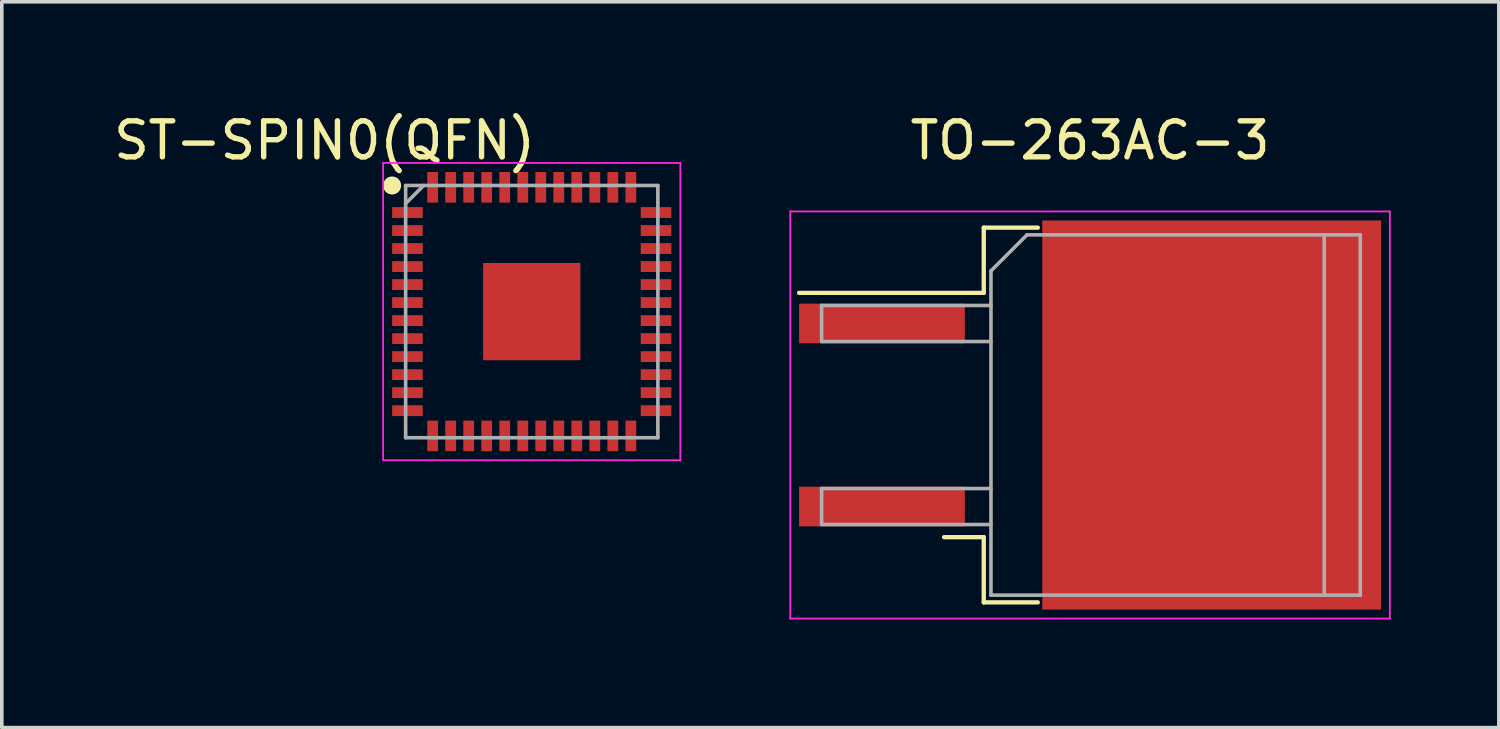
<source format=kicad_pcb>
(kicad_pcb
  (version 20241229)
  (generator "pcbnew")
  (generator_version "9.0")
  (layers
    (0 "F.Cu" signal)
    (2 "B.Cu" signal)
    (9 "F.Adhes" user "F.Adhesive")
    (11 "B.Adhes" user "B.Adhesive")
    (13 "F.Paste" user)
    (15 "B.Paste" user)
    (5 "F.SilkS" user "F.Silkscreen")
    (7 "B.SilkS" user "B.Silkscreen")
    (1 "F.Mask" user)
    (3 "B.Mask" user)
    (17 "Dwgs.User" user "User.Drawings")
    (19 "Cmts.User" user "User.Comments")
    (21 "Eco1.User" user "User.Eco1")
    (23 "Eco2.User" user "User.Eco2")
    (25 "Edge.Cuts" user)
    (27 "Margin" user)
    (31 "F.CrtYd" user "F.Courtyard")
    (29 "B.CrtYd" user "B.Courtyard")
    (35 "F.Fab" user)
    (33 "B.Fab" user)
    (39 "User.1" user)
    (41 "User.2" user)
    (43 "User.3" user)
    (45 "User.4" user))
  (footprint "TO-263AC-3"
    (layer "F.Cu")
    (at 27.203 8.468)
    (property "Reference" "TO-263AC-3" (at 0 -7.62 0) (layer "F.SilkS") (effects (font (size 1 1) (thickness 0.15))))
    (attr through_hole)
    (fp_line (start -2.95 -5.2) (end -2.95 -3.39) (stroke (width 0.12) (type solid)) (layer "F.SilkS"))
    (fp_line (start -2.95 -3.39) (end -8.075 -3.39) (stroke (width 0.12) (type solid)) (layer "F.SilkS"))
    (fp_line (start -2.95 3.39) (end -4.05 3.39) (stroke (width 0.12) (type solid)) (layer "F.SilkS"))
    (fp_line (start -2.95 5.2) (end -2.95 3.39) (stroke (width 0.12) (type solid)) (layer "F.SilkS"))
    (fp_line (start -1.45 -5.2) (end -2.95 -5.2) (stroke (width 0.12) (type solid)) (layer "F.SilkS"))
    (fp_line (start -1.45 5.2) (end -2.95 5.2) (stroke (width 0.12) (type solid)) (layer "F.SilkS"))
    (fp_line (start -8.32 -5.65) (end -8.32 5.65) (stroke (width 0.05) (type solid)) (layer "F.CrtYd"))
    (fp_line (start -8.32 5.65) (end 8.32 5.65) (stroke (width 0.05) (type solid)) (layer "F.CrtYd"))
    (fp_line (start 8.32 -5.65) (end -8.32 -5.65) (stroke (width 0.05) (type solid)) (layer "F.CrtYd"))
    (fp_line (start 8.32 5.65) (end 8.32 -5.65) (stroke (width 0.05) (type solid)) (layer "F.CrtYd"))
    (fp_line (start -7.45 -3.04) (end -7.45 -2.04) (stroke (width 0.1) (type solid)) (layer "F.Fab"))
    (fp_line (start -7.45 -2.04) (end -2.75 -2.04) (stroke (width 0.1) (type solid)) (layer "F.Fab"))
    (fp_line (start -7.45 2.04) (end -7.45 3.04) (stroke (width 0.1) (type solid)) (layer "F.Fab"))
    (fp_line (start -7.45 3.04) (end -2.75 3.04) (stroke (width 0.1) (type solid)) (layer "F.Fab"))
    (fp_line (start -2.75 -4) (end -1.75 -5) (stroke (width 0.1) (type solid)) (layer "F.Fab"))
    (fp_line (start -2.75 -3.04) (end -7.45 -3.04) (stroke (width 0.1) (type solid)) (layer "F.Fab"))
    (fp_line (start -2.75 2.04) (end -7.45 2.04) (stroke (width 0.1) (type solid)) (layer "F.Fab"))
    (fp_line (start -2.75 5) (end -2.75 -4) (stroke (width 0.1) (type solid)) (layer "F.Fab"))
    (fp_line (start -1.75 -5) (end 6.5 -5) (stroke (width 0.1) (type solid)) (layer "F.Fab"))
    (fp_line (start 6.5 -5) (end 6.5 5) (stroke (width 0.1) (type solid)) (layer "F.Fab"))
    (fp_line (start 6.5 -5) (end 7.5 -5) (stroke (width 0.1) (type solid)) (layer "F.Fab"))
    (fp_line (start 6.5 5) (end -2.75 5) (stroke (width 0.1) (type solid)) (layer "F.Fab"))
    (fp_line (start 7.5 -5) (end 7.5 5) (stroke (width 0.1) (type solid)) (layer "F.Fab"))
    (fp_line (start 7.5 5) (end 6.5 5) (stroke (width 0.1) (type solid)) (layer "F.Fab"))
    (pad "" smd rect (at 3.375 0) (size 9.4 10.8) (layers "F.Paste"))
    (pad "1" smd rect (at 3.375 0) (size 9.4 10.8) (layers "F.Cu" "F.Mask"))
    (pad "2" smd rect (at -5.775 -2.54) (size 4.6 1.1) (layers "F.Cu" "F.Mask" "F.Paste"))
    (pad "2" smd rect (at -5.775 2.54) (size 4.6 1.1) (layers "F.Cu" "F.Mask" "F.Paste")))
  (footprint "ST-SPIN0(QFN)"
    (layer "F.Cu")
    (at 11.708 5.598)
    (property "Reference" "ST-SPIN0(QFN)" (at -5.75 -4.75 0) (layer "F.SilkS") (effects (font (size 1 1) (thickness 0.15))))
    (attr through_hole)
    (fp_circle (center -3.875 -3.5) (end -3.875 -3.375) (stroke (width 0.25) (type solid)) (fill no) (layer "F.SilkS"))
    (fp_line (start -4.125 -4.125) (end 4.125 -4.125) (stroke (width 0.05) (type solid)) (layer "F.CrtYd"))
    (fp_line (start -4.125 4.125) (end -4.125 -4.125) (stroke (width 0.05) (type solid)) (layer "F.CrtYd"))
    (fp_line (start 4.125 -4.125) (end 4.125 4.125) (stroke (width 0.05) (type solid)) (layer "F.CrtYd"))
    (fp_line (start 4.125 4.125) (end -4.125 4.125) (stroke (width 0.05) (type solid)) (layer "F.CrtYd"))
    (fp_line (start -3.5 -3.5) (end 3.5 -3.5) (stroke (width 0.1) (type solid)) (layer "F.Fab"))
    (fp_line (start -3.5 -3) (end -3 -3.5) (stroke (width 0.1) (type solid)) (layer "F.Fab"))
    (fp_line (start -3.5 3.5) (end -3.5 -3.5) (stroke (width 0.1) (type solid)) (layer "F.Fab"))
    (fp_line (start 3.5 -3.5) (end 3.5 3.5) (stroke (width 0.1) (type solid)) (layer "F.Fab"))
    (fp_line (start 3.5 3.5) (end -3.5 3.5) (stroke (width 0.1) (type solid)) (layer "F.Fab"))
    (pad "1" smd rect (at -3.45 -2.75 90) (size 0.3 0.85) (layers "F.Cu" "F.Mask" "F.Paste"))
    (pad "2" smd rect (at -3.45 -2.25 90) (size 0.3 0.85) (layers "F.Cu" "F.Mask" "F.Paste"))
    (pad "3" smd rect (at -3.45 -1.75 90) (size 0.3 0.85) (layers "F.Cu" "F.Mask" "F.Paste"))
    (pad "4" smd rect (at -3.45 -1.25 90) (size 0.3 0.85) (layers "F.Cu" "F.Mask" "F.Paste"))
    (pad "5" smd rect (at -3.45 -0.75 90) (size 0.3 0.85) (layers "F.Cu" "F.Mask" "F.Paste"))
    (pad "6" smd rect (at -3.45 -0.25 90) (size 0.3 0.85) (layers "F.Cu" "F.Mask" "F.Paste"))
    (pad "7" smd rect (at -3.45 0.25 90) (size 0.3 0.85) (layers "F.Cu" "F.Mask" "F.Paste"))
    (pad "8" smd rect (at -3.45 0.75 90) (size 0.3 0.85) (layers "F.Cu" "F.Mask" "F.Paste"))
    (pad "9" smd rect (at -3.45 1.25 90) (size 0.3 0.85) (layers "F.Cu" "F.Mask" "F.Paste"))
    (pad "10" smd rect (at -3.45 1.75 90) (size 0.3 0.85) (layers "F.Cu" "F.Mask" "F.Paste"))
    (pad "11" smd rect (at -3.45 2.25 90) (size 0.3 0.85) (layers "F.Cu" "F.Mask" "F.Paste"))
    (pad "12" smd rect (at -3.45 2.75 90) (size 0.3 0.85) (layers "F.Cu" "F.Mask" "F.Paste"))
    (pad "13" smd rect (at -2.75 3.45) (size 0.3 0.85) (layers "F.Cu" "F.Mask" "F.Paste"))
    (pad "14" smd rect (at -2.25 3.45) (size 0.3 0.85) (layers "F.Cu" "F.Mask" "F.Paste"))
    (pad "15" smd rect (at -1.75 3.45) (size 0.3 0.85) (layers "F.Cu" "F.Mask" "F.Paste"))
    (pad "16" smd rect (at -1.25 3.45) (size 0.3 0.85) (layers "F.Cu" "F.Mask" "F.Paste"))
    (pad "17" smd rect (at -0.75 3.45) (size 0.3 0.85) (layers "F.Cu" "F.Mask" "F.Paste"))
    (pad "18" smd rect (at -0.25 3.45) (size 0.3 0.85) (layers "F.Cu" "F.Mask" "F.Paste"))
    (pad "19" smd rect (at 0.25 3.45) (size 0.3 0.85) (layers "F.Cu" "F.Mask" "F.Paste"))
    (pad "20" smd rect (at 0.75 3.45) (size 0.3 0.85) (layers "F.Cu" "F.Mask" "F.Paste"))
    (pad "21" smd rect (at 1.25 3.45) (size 0.3 0.85) (layers "F.Cu" "F.Mask" "F.Paste"))
    (pad "22" smd rect (at 1.75 3.45) (size 0.3 0.85) (layers "F.Cu" "F.Mask" "F.Paste"))
    (pad "23" smd rect (at 2.25 3.45) (size 0.3 0.85) (layers "F.Cu" "F.Mask" "F.Paste"))
    (pad "24" smd rect (at 2.75 3.45) (size 0.3 0.85) (layers "F.Cu" "F.Mask" "F.Paste"))
    (pad "25" smd rect (at 3.45 2.75 90) (size 0.3 0.85) (layers "F.Cu" "F.Mask" "F.Paste"))
    (pad "26" smd rect (at 3.45 2.25 90) (size 0.3 0.85) (layers "F.Cu" "F.Mask" "F.Paste"))
    (pad "27" smd rect (at 3.45 1.75 90) (size 0.3 0.85) (layers "F.Cu" "F.Mask" "F.Paste"))
    (pad "28" smd rect (at 3.45 1.25 90) (size 0.3 0.85) (layers "F.Cu" "F.Mask" "F.Paste"))
    (pad "29" smd rect (at 3.45 0.75 90) (size 0.3 0.85) (layers "F.Cu" "F.Mask" "F.Paste"))
    (pad "30" smd rect (at 3.45 0.25 90) (size 0.3 0.85) (layers "F.Cu" "F.Mask" "F.Paste"))
    (pad "31" smd rect (at 3.45 -0.25 90) (size 0.3 0.85) (layers "F.Cu" "F.Mask" "F.Paste"))
    (pad "32" smd rect (at 3.45 -0.75 90) (size 0.3 0.85) (layers "F.Cu" "F.Mask" "F.Paste"))
    (pad "33" smd rect (at 3.45 -1.25 90) (size 0.3 0.85) (layers "F.Cu" "F.Mask" "F.Paste"))
    (pad "34" smd rect (at 3.45 -1.75 90) (size 0.3 0.85) (layers "F.Cu" "F.Mask" "F.Paste"))
    (pad "35" smd rect (at 3.45 -2.25 90) (size 0.3 0.85) (layers "F.Cu" "F.Mask" "F.Paste"))
    (pad "36" smd rect (at 3.45 -2.75 90) (size 0.3 0.85) (layers "F.Cu" "F.Mask" "F.Paste"))
    (pad "37" smd rect (at 2.75 -3.45) (size 0.3 0.85) (layers "F.Cu" "F.Mask" "F.Paste"))
    (pad "38" smd rect (at 2.25 -3.45) (size 0.3 0.85) (layers "F.Cu" "F.Mask" "F.Paste"))
    (pad "39" smd rect (at 1.75 -3.45) (size 0.3 0.85) (layers "F.Cu" "F.Mask" "F.Paste"))
    (pad "40" smd rect (at 1.25 -3.45) (size 0.3 0.85) (layers "F.Cu" "F.Mask" "F.Paste"))
    (pad "41" smd rect (at 0.75 -3.45) (size 0.3 0.85) (layers "F.Cu" "F.Mask" "F.Paste"))
    (pad "42" smd rect (at 0.25 -3.45) (size 0.3 0.85) (layers "F.Cu" "F.Mask" "F.Paste"))
    (pad "43" smd rect (at -0.25 -3.45) (size 0.3 0.85) (layers "F.Cu" "F.Mask" "F.Paste"))
    (pad "44" smd rect (at -0.75 -3.45) (size 0.3 0.85) (layers "F.Cu" "F.Mask" "F.Paste"))
    (pad "45" smd rect (at -1.25 -3.45) (size 0.3 0.85) (layers "F.Cu" "F.Mask" "F.Paste"))
    (pad "46" smd rect (at -1.75 -3.45) (size 0.3 0.85) (layers "F.Cu" "F.Mask" "F.Paste"))
    (pad "47" smd rect (at -2.25 -3.45) (size 0.3 0.85) (layers "F.Cu" "F.Mask" "F.Paste"))
    (pad "48" smd rect (at -2.75 -3.45) (size 0.3 0.85) (layers "F.Cu" "F.Mask" "F.Paste"))
    (pad "49" smd rect (at 0 0) (size 2.7 2.7) (layers "F.Cu" "F.Mask" "F.Paste")))
  (gr_rect
    (start -3 -3)
    (end 38.548 17.143)
    (stroke (width 0.1) (type default))
    (fill no)
    (layer "Edge.Cuts")))
</source>
